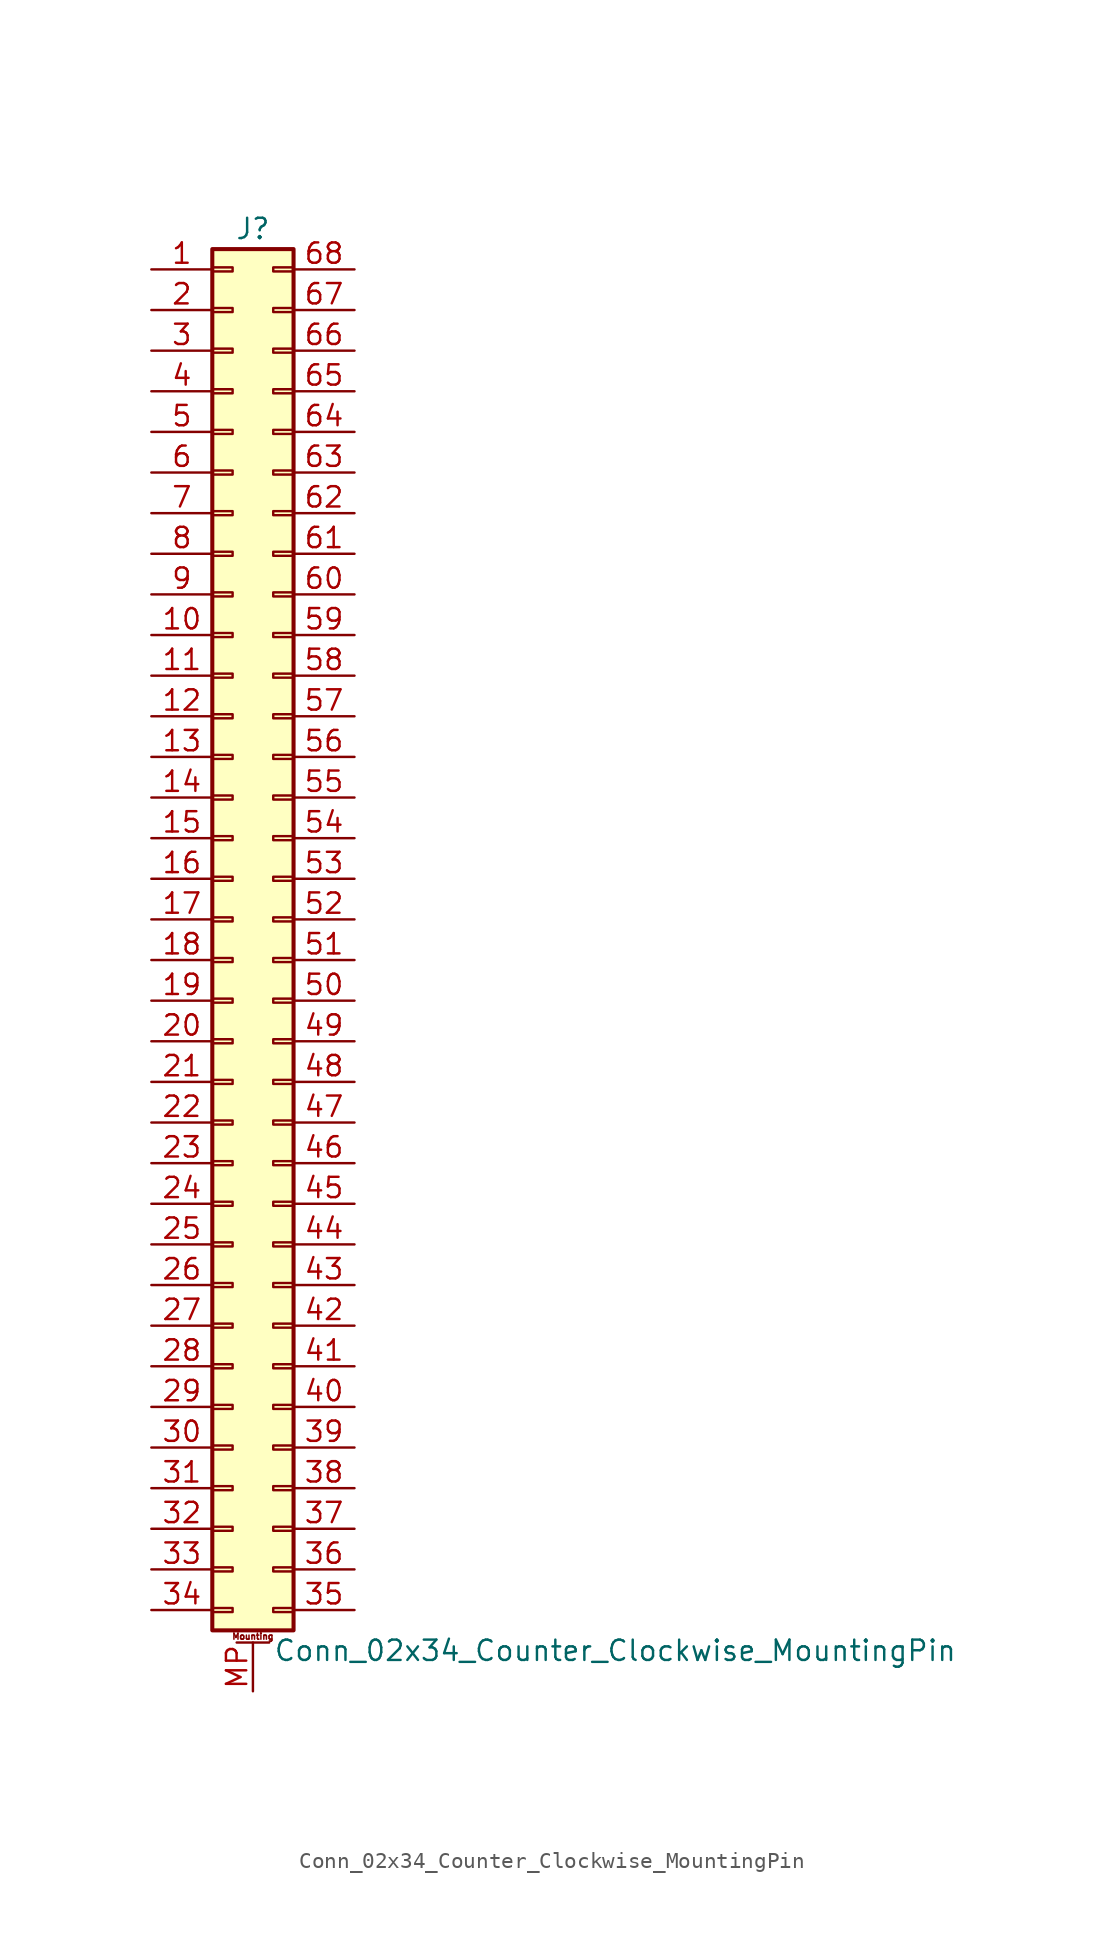
<source format=kicad_sym>
(kicad_symbol_lib
  (version 20220914)
  (generator kicad_symbol_editor)
  (symbol "Conn_02x34_Counter_Clockwise_MountingPin"
    (pin_names
      (offset 1.016) hide)
    (property "Reference" "J"
      (at 1.27 43.18 0)
      (effects (font (size 1.27 1.27))))
    (property "Value" "Conn_02x34_Counter_Clockwise_MountingPin"
      (at 2.54 -45.72 0)
      (effects (font (size 1.27 1.27)) (justify left)))
    (symbol "Conn_02x34_Counter_Clockwise_MountingPin_1_1"
      (rectangle (start -1.27 -43.053) (end 0 -43.307) (stroke (width 0.152) (type default)) (fill (type none)))
      (rectangle (start -1.27 -40.513) (end 0 -40.767) (stroke (width 0.152) (type default)) (fill (type none)))
      (rectangle (start -1.27 -37.973) (end 0 -38.227) (stroke (width 0.152) (type default)) (fill (type none)))
      (rectangle (start -1.27 -35.433) (end 0 -35.687) (stroke (width 0.152) (type default)) (fill (type none)))
      (rectangle (start -1.27 -32.893) (end 0 -33.147) (stroke (width 0.152) (type default)) (fill (type none)))
      (rectangle (start -1.27 -30.353) (end 0 -30.607) (stroke (width 0.152) (type default)) (fill (type none)))
      (rectangle (start -1.27 -27.813) (end 0 -28.067) (stroke (width 0.152) (type default)) (fill (type none)))
      (rectangle (start -1.27 -25.273) (end 0 -25.527) (stroke (width 0.152) (type default)) (fill (type none)))
      (rectangle (start -1.27 -22.733) (end 0 -22.987) (stroke (width 0.152) (type default)) (fill (type none)))
      (rectangle (start -1.27 -20.193) (end 0 -20.447) (stroke (width 0.152) (type default)) (fill (type none)))
      (rectangle (start -1.27 -17.653) (end 0 -17.907) (stroke (width 0.152) (type default)) (fill (type none)))
      (rectangle (start -1.27 -15.113) (end 0 -15.367) (stroke (width 0.152) (type default)) (fill (type none)))
      (rectangle (start -1.27 -12.573) (end 0 -12.827) (stroke (width 0.152) (type default)) (fill (type none)))
      (rectangle (start -1.27 -10.033) (end 0 -10.287) (stroke (width 0.152) (type default)) (fill (type none)))
      (rectangle (start -1.27 -7.493) (end 0 -7.747) (stroke (width 0.152) (type default)) (fill (type none)))
      (rectangle (start -1.27 -4.953) (end 0 -5.207) (stroke (width 0.152) (type default)) (fill (type none)))
      (rectangle (start -1.27 -2.413) (end 0 -2.667) (stroke (width 0.152) (type default)) (fill (type none)))
      (rectangle (start -1.27 0.127) (end 0 -0.127) (stroke (width 0.152) (type default)) (fill (type none)))
      (rectangle (start -1.27 2.667) (end 0 2.413) (stroke (width 0.152) (type default)) (fill (type none)))
      (rectangle (start -1.27 5.207) (end 0 4.953) (stroke (width 0.152) (type default)) (fill (type none)))
      (rectangle (start -1.27 7.747) (end 0 7.493) (stroke (width 0.152) (type default)) (fill (type none)))
      (rectangle (start -1.27 10.287) (end 0 10.033) (stroke (width 0.152) (type default)) (fill (type none)))
      (rectangle (start -1.27 12.827) (end 0 12.573) (stroke (width 0.152) (type default)) (fill (type none)))
      (rectangle (start -1.27 15.367) (end 0 15.113) (stroke (width 0.152) (type default)) (fill (type none)))
      (rectangle (start -1.27 17.907) (end 0 17.653) (stroke (width 0.152) (type default)) (fill (type none)))
      (rectangle (start -1.27 20.447) (end 0 20.193) (stroke (width 0.152) (type default)) (fill (type none)))
      (rectangle (start -1.27 22.987) (end 0 22.733) (stroke (width 0.152) (type default)) (fill (type none)))
      (rectangle (start -1.27 25.527) (end 0 25.273) (stroke (width 0.152) (type default)) (fill (type none)))
      (rectangle (start -1.27 28.067) (end 0 27.813) (stroke (width 0.152) (type default)) (fill (type none)))
      (rectangle (start -1.27 30.607) (end 0 30.353) (stroke (width 0.152) (type default)) (fill (type none)))
      (rectangle (start -1.27 33.147) (end 0 32.893) (stroke (width 0.152) (type default)) (fill (type none)))
      (rectangle (start -1.27 35.687) (end 0 35.433) (stroke (width 0.152) (type default)) (fill (type none)))
      (rectangle (start -1.27 38.227) (end 0 37.973) (stroke (width 0.152) (type default)) (fill (type none)))
      (rectangle (start -1.27 40.767) (end 0 40.513) (stroke (width 0.152) (type default)) (fill (type none)))
      (rectangle (start -1.27 41.91) (end 3.81 -44.45) (stroke (width 0.254) (type default)) (fill (type background)))
      (polyline (pts (xy 0.254 -45.212) (xy 2.286 -45.212)) (stroke (width 0.152) (type default)) (fill (type none)))
      (rectangle (start 3.81 -43.053) (end 2.54 -43.307) (stroke (width 0.152) (type default)) (fill (type none)))
      (rectangle (start 3.81 -40.513) (end 2.54 -40.767) (stroke (width 0.152) (type default)) (fill (type none)))
      (rectangle (start 3.81 -37.973) (end 2.54 -38.227) (stroke (width 0.152) (type default)) (fill (type none)))
      (rectangle (start 3.81 -35.433) (end 2.54 -35.687) (stroke (width 0.152) (type default)) (fill (type none)))
      (rectangle (start 3.81 -32.893) (end 2.54 -33.147) (stroke (width 0.152) (type default)) (fill (type none)))
      (rectangle (start 3.81 -30.353) (end 2.54 -30.607) (stroke (width 0.152) (type default)) (fill (type none)))
      (rectangle (start 3.81 -27.813) (end 2.54 -28.067) (stroke (width 0.152) (type default)) (fill (type none)))
      (rectangle (start 3.81 -25.273) (end 2.54 -25.527) (stroke (width 0.152) (type default)) (fill (type none)))
      (rectangle (start 3.81 -22.733) (end 2.54 -22.987) (stroke (width 0.152) (type default)) (fill (type none)))
      (rectangle (start 3.81 -20.193) (end 2.54 -20.447) (stroke (width 0.152) (type default)) (fill (type none)))
      (rectangle (start 3.81 -17.653) (end 2.54 -17.907) (stroke (width 0.152) (type default)) (fill (type none)))
      (rectangle (start 3.81 -15.113) (end 2.54 -15.367) (stroke (width 0.152) (type default)) (fill (type none)))
      (rectangle (start 3.81 -12.573) (end 2.54 -12.827) (stroke (width 0.152) (type default)) (fill (type none)))
      (rectangle (start 3.81 -10.033) (end 2.54 -10.287) (stroke (width 0.152) (type default)) (fill (type none)))
      (rectangle (start 3.81 -7.493) (end 2.54 -7.747) (stroke (width 0.152) (type default)) (fill (type none)))
      (rectangle (start 3.81 -4.953) (end 2.54 -5.207) (stroke (width 0.152) (type default)) (fill (type none)))
      (rectangle (start 3.81 -2.413) (end 2.54 -2.667) (stroke (width 0.152) (type default)) (fill (type none)))
      (rectangle (start 3.81 0.127) (end 2.54 -0.127) (stroke (width 0.152) (type default)) (fill (type none)))
      (rectangle (start 3.81 2.667) (end 2.54 2.413) (stroke (width 0.152) (type default)) (fill (type none)))
      (rectangle (start 3.81 5.207) (end 2.54 4.953) (stroke (width 0.152) (type default)) (fill (type none)))
      (rectangle (start 3.81 7.747) (end 2.54 7.493) (stroke (width 0.152) (type default)) (fill (type none)))
      (rectangle (start 3.81 10.287) (end 2.54 10.033) (stroke (width 0.152) (type default)) (fill (type none)))
      (rectangle (start 3.81 12.827) (end 2.54 12.573) (stroke (width 0.152) (type default)) (fill (type none)))
      (rectangle (start 3.81 15.367) (end 2.54 15.113) (stroke (width 0.152) (type default)) (fill (type none)))
      (rectangle (start 3.81 17.907) (end 2.54 17.653) (stroke (width 0.152) (type default)) (fill (type none)))
      (rectangle (start 3.81 20.447) (end 2.54 20.193) (stroke (width 0.152) (type default)) (fill (type none)))
      (rectangle (start 3.81 22.987) (end 2.54 22.733) (stroke (width 0.152) (type default)) (fill (type none)))
      (rectangle (start 3.81 25.527) (end 2.54 25.273) (stroke (width 0.152) (type default)) (fill (type none)))
      (rectangle (start 3.81 28.067) (end 2.54 27.813) (stroke (width 0.152) (type default)) (fill (type none)))
      (rectangle (start 3.81 30.607) (end 2.54 30.353) (stroke (width 0.152) (type default)) (fill (type none)))
      (rectangle (start 3.81 33.147) (end 2.54 32.893) (stroke (width 0.152) (type default)) (fill (type none)))
      (rectangle (start 3.81 35.687) (end 2.54 35.433) (stroke (width 0.152) (type default)) (fill (type none)))
      (rectangle (start 3.81 38.227) (end 2.54 37.973) (stroke (width 0.152) (type default)) (fill (type none)))
      (rectangle (start 3.81 40.767) (end 2.54 40.513) (stroke (width 0.152) (type default)) (fill (type none)))
      (text "Mounting" (at 1.27 -44.831 0) (effects (font (size 0.381 0.381))))
      (pin passive line (at -5.08 40.64 0) (length 3.81) (name "Pin_1" (effects (font (size 1.27 1.27)))) (number "1" (effects (font (size 1.27 1.27)))))
      (pin passive line (at -5.08 17.78 0) (length 3.81) (name "Pin_10" (effects (font (size 1.27 1.27)))) (number "10" (effects (font (size 1.27 1.27)))))
      (pin passive line (at -5.08 15.24 0) (length 3.81) (name "Pin_11" (effects (font (size 1.27 1.27)))) (number "11" (effects (font (size 1.27 1.27)))))
      (pin passive line (at -5.08 12.7 0) (length 3.81) (name "Pin_12" (effects (font (size 1.27 1.27)))) (number "12" (effects (font (size 1.27 1.27)))))
      (pin passive line (at -5.08 10.16 0) (length 3.81) (name "Pin_13" (effects (font (size 1.27 1.27)))) (number "13" (effects (font (size 1.27 1.27)))))
      (pin passive line (at -5.08 7.62 0) (length 3.81) (name "Pin_14" (effects (font (size 1.27 1.27)))) (number "14" (effects (font (size 1.27 1.27)))))
      (pin passive line (at -5.08 5.08 0) (length 3.81) (name "Pin_15" (effects (font (size 1.27 1.27)))) (number "15" (effects (font (size 1.27 1.27)))))
      (pin passive line (at -5.08 2.54 0) (length 3.81) (name "Pin_16" (effects (font (size 1.27 1.27)))) (number "16" (effects (font (size 1.27 1.27)))))
      (pin passive line (at -5.08 0 0) (length 3.81) (name "Pin_17" (effects (font (size 1.27 1.27)))) (number "17" (effects (font (size 1.27 1.27)))))
      (pin passive line (at -5.08 -2.54 0) (length 3.81) (name "Pin_18" (effects (font (size 1.27 1.27)))) (number "18" (effects (font (size 1.27 1.27)))))
      (pin passive line (at -5.08 -5.08 0) (length 3.81) (name "Pin_19" (effects (font (size 1.27 1.27)))) (number "19" (effects (font (size 1.27 1.27)))))
      (pin passive line (at -5.08 38.1 0) (length 3.81) (name "Pin_2" (effects (font (size 1.27 1.27)))) (number "2" (effects (font (size 1.27 1.27)))))
      (pin passive line (at -5.08 -7.62 0) (length 3.81) (name "Pin_20" (effects (font (size 1.27 1.27)))) (number "20" (effects (font (size 1.27 1.27)))))
      (pin passive line (at -5.08 -10.16 0) (length 3.81) (name "Pin_21" (effects (font (size 1.27 1.27)))) (number "21" (effects (font (size 1.27 1.27)))))
      (pin passive line (at -5.08 -12.7 0) (length 3.81) (name "Pin_22" (effects (font (size 1.27 1.27)))) (number "22" (effects (font (size 1.27 1.27)))))
      (pin passive line (at -5.08 -15.24 0) (length 3.81) (name "Pin_23" (effects (font (size 1.27 1.27)))) (number "23" (effects (font (size 1.27 1.27)))))
      (pin passive line (at -5.08 -17.78 0) (length 3.81) (name "Pin_24" (effects (font (size 1.27 1.27)))) (number "24" (effects (font (size 1.27 1.27)))))
      (pin passive line (at -5.08 -20.32 0) (length 3.81) (name "Pin_25" (effects (font (size 1.27 1.27)))) (number "25" (effects (font (size 1.27 1.27)))))
      (pin passive line (at -5.08 -22.86 0) (length 3.81) (name "Pin_26" (effects (font (size 1.27 1.27)))) (number "26" (effects (font (size 1.27 1.27)))))
      (pin passive line (at -5.08 -25.4 0) (length 3.81) (name "Pin_27" (effects (font (size 1.27 1.27)))) (number "27" (effects (font (size 1.27 1.27)))))
      (pin passive line (at -5.08 -27.94 0) (length 3.81) (name "Pin_28" (effects (font (size 1.27 1.27)))) (number "28" (effects (font (size 1.27 1.27)))))
      (pin passive line (at -5.08 -30.48 0) (length 3.81) (name "Pin_29" (effects (font (size 1.27 1.27)))) (number "29" (effects (font (size 1.27 1.27)))))
      (pin passive line (at -5.08 35.56 0) (length 3.81) (name "Pin_3" (effects (font (size 1.27 1.27)))) (number "3" (effects (font (size 1.27 1.27)))))
      (pin passive line (at -5.08 -33.02 0) (length 3.81) (name "Pin_30" (effects (font (size 1.27 1.27)))) (number "30" (effects (font (size 1.27 1.27)))))
      (pin passive line (at -5.08 -35.56 0) (length 3.81) (name "Pin_31" (effects (font (size 1.27 1.27)))) (number "31" (effects (font (size 1.27 1.27)))))
      (pin passive line (at -5.08 -38.1 0) (length 3.81) (name "Pin_32" (effects (font (size 1.27 1.27)))) (number "32" (effects (font (size 1.27 1.27)))))
      (pin passive line (at -5.08 -40.64 0) (length 3.81) (name "Pin_33" (effects (font (size 1.27 1.27)))) (number "33" (effects (font (size 1.27 1.27)))))
      (pin passive line (at -5.08 -43.18 0) (length 3.81) (name "Pin_34" (effects (font (size 1.27 1.27)))) (number "34" (effects (font (size 1.27 1.27)))))
      (pin passive line (at 7.62 -43.18 180) (length 3.81) (name "Pin_35" (effects (font (size 1.27 1.27)))) (number "35" (effects (font (size 1.27 1.27)))))
      (pin passive line (at 7.62 -40.64 180) (length 3.81) (name "Pin_36" (effects (font (size 1.27 1.27)))) (number "36" (effects (font (size 1.27 1.27)))))
      (pin passive line (at 7.62 -38.1 180) (length 3.81) (name "Pin_37" (effects (font (size 1.27 1.27)))) (number "37" (effects (font (size 1.27 1.27)))))
      (pin passive line (at 7.62 -35.56 180) (length 3.81) (name "Pin_38" (effects (font (size 1.27 1.27)))) (number "38" (effects (font (size 1.27 1.27)))))
      (pin passive line (at 7.62 -33.02 180) (length 3.81) (name "Pin_39" (effects (font (size 1.27 1.27)))) (number "39" (effects (font (size 1.27 1.27)))))
      (pin passive line (at -5.08 33.02 0) (length 3.81) (name "Pin_4" (effects (font (size 1.27 1.27)))) (number "4" (effects (font (size 1.27 1.27)))))
      (pin passive line (at 7.62 -30.48 180) (length 3.81) (name "Pin_40" (effects (font (size 1.27 1.27)))) (number "40" (effects (font (size 1.27 1.27)))))
      (pin passive line (at 7.62 -27.94 180) (length 3.81) (name "Pin_41" (effects (font (size 1.27 1.27)))) (number "41" (effects (font (size 1.27 1.27)))))
      (pin passive line (at 7.62 -25.4 180) (length 3.81) (name "Pin_42" (effects (font (size 1.27 1.27)))) (number "42" (effects (font (size 1.27 1.27)))))
      (pin passive line (at 7.62 -22.86 180) (length 3.81) (name "Pin_43" (effects (font (size 1.27 1.27)))) (number "43" (effects (font (size 1.27 1.27)))))
      (pin passive line (at 7.62 -20.32 180) (length 3.81) (name "Pin_44" (effects (font (size 1.27 1.27)))) (number "44" (effects (font (size 1.27 1.27)))))
      (pin passive line (at 7.62 -17.78 180) (length 3.81) (name "Pin_45" (effects (font (size 1.27 1.27)))) (number "45" (effects (font (size 1.27 1.27)))))
      (pin passive line (at 7.62 -15.24 180) (length 3.81) (name "Pin_46" (effects (font (size 1.27 1.27)))) (number "46" (effects (font (size 1.27 1.27)))))
      (pin passive line (at 7.62 -12.7 180) (length 3.81) (name "Pin_47" (effects (font (size 1.27 1.27)))) (number "47" (effects (font (size 1.27 1.27)))))
      (pin passive line (at 7.62 -10.16 180) (length 3.81) (name "Pin_48" (effects (font (size 1.27 1.27)))) (number "48" (effects (font (size 1.27 1.27)))))
      (pin passive line (at 7.62 -7.62 180) (length 3.81) (name "Pin_49" (effects (font (size 1.27 1.27)))) (number "49" (effects (font (size 1.27 1.27)))))
      (pin passive line (at -5.08 30.48 0) (length 3.81) (name "Pin_5" (effects (font (size 1.27 1.27)))) (number "5" (effects (font (size 1.27 1.27)))))
      (pin passive line (at 7.62 -5.08 180) (length 3.81) (name "Pin_50" (effects (font (size 1.27 1.27)))) (number "50" (effects (font (size 1.27 1.27)))))
      (pin passive line (at 7.62 -2.54 180) (length 3.81) (name "Pin_51" (effects (font (size 1.27 1.27)))) (number "51" (effects (font (size 1.27 1.27)))))
      (pin passive line (at 7.62 0 180) (length 3.81) (name "Pin_52" (effects (font (size 1.27 1.27)))) (number "52" (effects (font (size 1.27 1.27)))))
      (pin passive line (at 7.62 2.54 180) (length 3.81) (name "Pin_53" (effects (font (size 1.27 1.27)))) (number "53" (effects (font (size 1.27 1.27)))))
      (pin passive line (at 7.62 5.08 180) (length 3.81) (name "Pin_54" (effects (font (size 1.27 1.27)))) (number "54" (effects (font (size 1.27 1.27)))))
      (pin passive line (at 7.62 7.62 180) (length 3.81) (name "Pin_55" (effects (font (size 1.27 1.27)))) (number "55" (effects (font (size 1.27 1.27)))))
      (pin passive line (at 7.62 10.16 180) (length 3.81) (name "Pin_56" (effects (font (size 1.27 1.27)))) (number "56" (effects (font (size 1.27 1.27)))))
      (pin passive line (at 7.62 12.7 180) (length 3.81) (name "Pin_57" (effects (font (size 1.27 1.27)))) (number "57" (effects (font (size 1.27 1.27)))))
      (pin passive line (at 7.62 15.24 180) (length 3.81) (name "Pin_58" (effects (font (size 1.27 1.27)))) (number "58" (effects (font (size 1.27 1.27)))))
      (pin passive line (at 7.62 17.78 180) (length 3.81) (name "Pin_59" (effects (font (size 1.27 1.27)))) (number "59" (effects (font (size 1.27 1.27)))))
      (pin passive line (at -5.08 27.94 0) (length 3.81) (name "Pin_6" (effects (font (size 1.27 1.27)))) (number "6" (effects (font (size 1.27 1.27)))))
      (pin passive line (at 7.62 20.32 180) (length 3.81) (name "Pin_60" (effects (font (size 1.27 1.27)))) (number "60" (effects (font (size 1.27 1.27)))))
      (pin passive line (at 7.62 22.86 180) (length 3.81) (name "Pin_61" (effects (font (size 1.27 1.27)))) (number "61" (effects (font (size 1.27 1.27)))))
      (pin passive line (at 7.62 25.4 180) (length 3.81) (name "Pin_62" (effects (font (size 1.27 1.27)))) (number "62" (effects (font (size 1.27 1.27)))))
      (pin passive line (at 7.62 27.94 180) (length 3.81) (name "Pin_63" (effects (font (size 1.27 1.27)))) (number "63" (effects (font (size 1.27 1.27)))))
      (pin passive line (at 7.62 30.48 180) (length 3.81) (name "Pin_64" (effects (font (size 1.27 1.27)))) (number "64" (effects (font (size 1.27 1.27)))))
      (pin passive line (at 7.62 33.02 180) (length 3.81) (name "Pin_65" (effects (font (size 1.27 1.27)))) (number "65" (effects (font (size 1.27 1.27)))))
      (pin passive line (at 7.62 35.56 180) (length 3.81) (name "Pin_66" (effects (font (size 1.27 1.27)))) (number "66" (effects (font (size 1.27 1.27)))))
      (pin passive line (at 7.62 38.1 180) (length 3.81) (name "Pin_67" (effects (font (size 1.27 1.27)))) (number "67" (effects (font (size 1.27 1.27)))))
      (pin passive line (at 7.62 40.64 180) (length 3.81) (name "Pin_68" (effects (font (size 1.27 1.27)))) (number "68" (effects (font (size 1.27 1.27)))))
      (pin passive line (at -5.08 25.4 0) (length 3.81) (name "Pin_7" (effects (font (size 1.27 1.27)))) (number "7" (effects (font (size 1.27 1.27)))))
      (pin passive line (at -5.08 22.86 0) (length 3.81) (name "Pin_8" (effects (font (size 1.27 1.27)))) (number "8" (effects (font (size 1.27 1.27)))))
      (pin passive line (at -5.08 20.32 0) (length 3.81) (name "Pin_9" (effects (font (size 1.27 1.27)))) (number "9" (effects (font (size 1.27 1.27)))))
      (pin passive line (at 1.27 -48.26 90) (length 3.048) (name "MountPin" (effects (font (size 1.27 1.27)))) (number "MP" (effects (font (size 1.27 1.27))))))))
</source>
